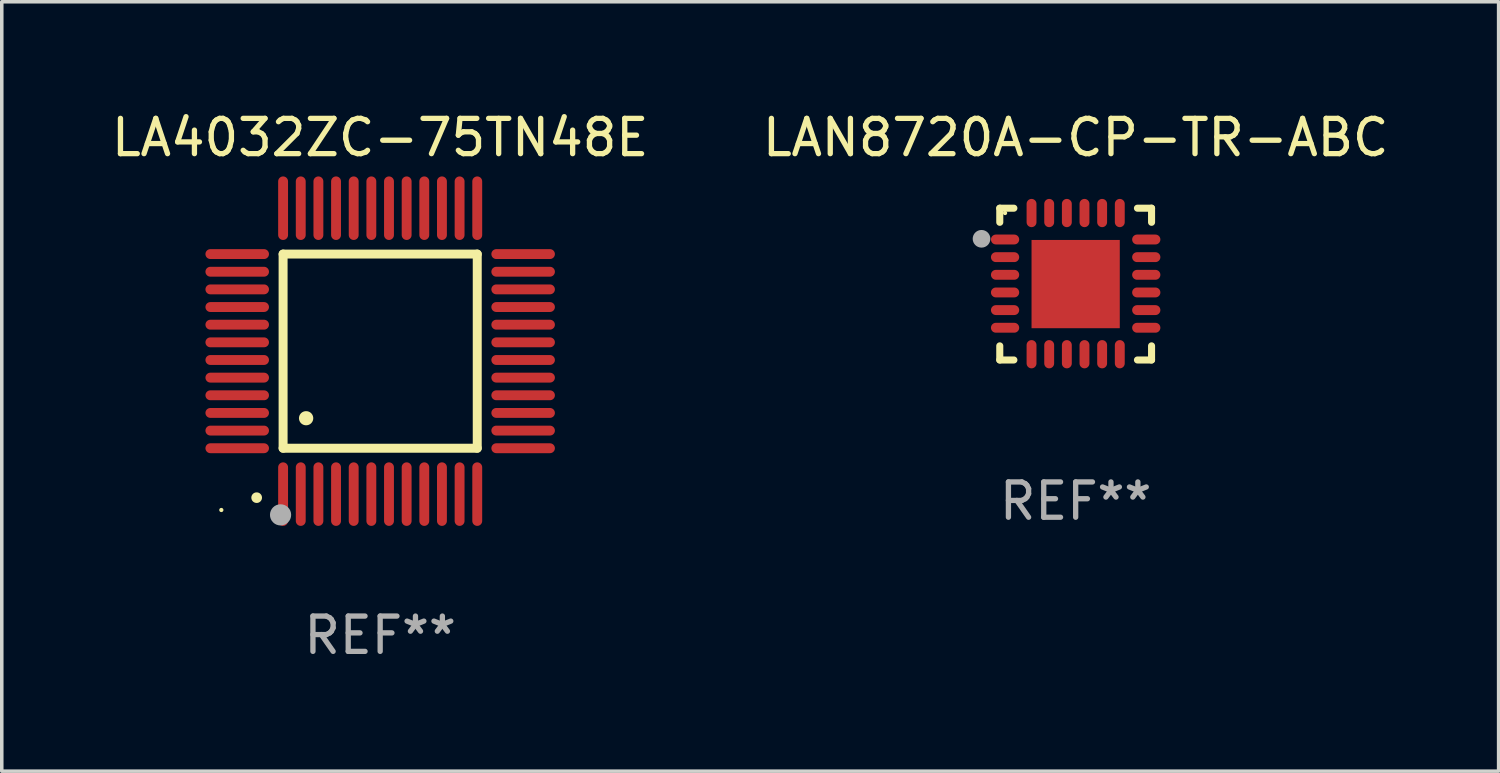
<source format=kicad_pcb>
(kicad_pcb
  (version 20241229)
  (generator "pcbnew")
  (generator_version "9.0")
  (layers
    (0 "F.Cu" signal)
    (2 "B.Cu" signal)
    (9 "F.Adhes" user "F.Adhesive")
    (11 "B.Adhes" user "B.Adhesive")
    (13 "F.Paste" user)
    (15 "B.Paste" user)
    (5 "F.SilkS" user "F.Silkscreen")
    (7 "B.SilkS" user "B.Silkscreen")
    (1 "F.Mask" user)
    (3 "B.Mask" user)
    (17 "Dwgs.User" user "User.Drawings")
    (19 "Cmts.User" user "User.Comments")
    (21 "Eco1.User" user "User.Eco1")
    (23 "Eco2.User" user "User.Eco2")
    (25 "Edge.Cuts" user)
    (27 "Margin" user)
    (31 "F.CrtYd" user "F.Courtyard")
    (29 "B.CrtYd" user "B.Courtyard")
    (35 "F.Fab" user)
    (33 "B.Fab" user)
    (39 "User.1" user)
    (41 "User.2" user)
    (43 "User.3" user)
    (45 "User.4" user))
  (footprint "LAN8720A-CP-TR-ABC"
    (layer "F.Cu")
    (at 27.423 4.998)
    (property "Reference" "LAN8720A-CP-TR-ABC" (at 0 -4.15 0) (layer "F.SilkS") (effects (font (size 1 1) (thickness 0.15))))
    (attr through_hole)
    (fp_line (start -2.15 -2.15) (end -1.75 -2.15) (stroke (width 0.2) (type solid)) (layer "F.SilkS"))
    (fp_line (start -2.15 -1.75) (end -2.15 -2.15) (stroke (width 0.2) (type solid)) (layer "F.SilkS"))
    (fp_line (start -2.15 2.15) (end -2.15 1.75) (stroke (width 0.2) (type solid)) (layer "F.SilkS"))
    (fp_line (start -1.75 2.15) (end -2.15 2.15) (stroke (width 0.2) (type solid)) (layer "F.SilkS"))
    (fp_line (start 1.75 -2.15) (end 2.15 -2.15) (stroke (width 0.2) (type solid)) (layer "F.SilkS"))
    (fp_line (start 1.75 2.15) (end 2.15 2.15) (stroke (width 0.2) (type solid)) (layer "F.SilkS"))
    (fp_line (start 2.15 -2.15) (end 2.15 -1.75) (stroke (width 0.2) (type solid)) (layer "F.SilkS"))
    (fp_line (start 2.15 2.15) (end 2.15 1.75) (stroke (width 0.2) (type solid)) (layer "F.SilkS"))
    (fp_circle (center -2 -2.013) (end -1.97 -2.013) (stroke (width 0.06) (type solid)) (fill no) (layer "F.SilkS"))
    (fp_circle (center -2.667 -1.283) (end -2.542 -1.283) (stroke (width 0.25) (type solid)) (fill no) (layer "F.Fab"))
    (fp_text user "REF**" (at 0 6.15 0) (layer "F.Fab") (effects (font (size 1 1) (thickness 0.15))))
    (pad "1" smd oval (at -2 -1.263) (size 0.8 0.28) (layers "F.Cu" "F.Mask" "F.Paste"))
    (pad "2" smd oval (at -2 -0.763) (size 0.8 0.28) (layers "F.Cu" "F.Mask" "F.Paste"))
    (pad "3" smd oval (at -2 -0.263) (size 0.8 0.28) (layers "F.Cu" "F.Mask" "F.Paste"))
    (pad "4" smd oval (at -2 0.237) (size 0.8 0.28) (layers "F.Cu" "F.Mask" "F.Paste"))
    (pad "5" smd oval (at -2 0.737) (size 0.8 0.28) (layers "F.Cu" "F.Mask" "F.Paste"))
    (pad "6" smd oval (at -2 1.237) (size 0.8 0.28) (layers "F.Cu" "F.Mask" "F.Paste"))
    (pad "7" smd oval (at -1.25 1.987) (size 0.28 0.8) (layers "F.Cu" "F.Mask" "F.Paste"))
    (pad "8" smd oval (at -0.75 1.987) (size 0.28 0.8) (layers "F.Cu" "F.Mask" "F.Paste"))
    (pad "9" smd oval (at -0.25 1.987) (size 0.28 0.8) (layers "F.Cu" "F.Mask" "F.Paste"))
    (pad "10" smd oval (at 0.25 1.987) (size 0.28 0.8) (layers "F.Cu" "F.Mask" "F.Paste"))
    (pad "11" smd oval (at 0.75 1.987) (size 0.28 0.8) (layers "F.Cu" "F.Mask" "F.Paste"))
    (pad "12" smd oval (at 1.25 1.987) (size 0.28 0.8) (layers "F.Cu" "F.Mask" "F.Paste"))
    (pad "13" smd oval (at 2 1.237) (size 0.8 0.28) (layers "F.Cu" "F.Mask" "F.Paste"))
    (pad "14" smd oval (at 2 0.737) (size 0.8 0.28) (layers "F.Cu" "F.Mask" "F.Paste"))
    (pad "15" smd oval (at 2 0.237) (size 0.8 0.28) (layers "F.Cu" "F.Mask" "F.Paste"))
    (pad "16" smd oval (at 2 -0.263) (size 0.8 0.28) (layers "F.Cu" "F.Mask" "F.Paste"))
    (pad "17" smd oval (at 2 -0.763) (size 0.8 0.28) (layers "F.Cu" "F.Mask" "F.Paste"))
    (pad "18" smd oval (at 2 -1.263) (size 0.8 0.28) (layers "F.Cu" "F.Mask" "F.Paste"))
    (pad "19" smd oval (at 1.25 -2.013) (size 0.28 0.8) (layers "F.Cu" "F.Mask" "F.Paste"))
    (pad "20" smd oval (at 0.75 -2.013) (size 0.28 0.8) (layers "F.Cu" "F.Mask" "F.Paste"))
    (pad "21" smd oval (at 0.25 -2.013) (size 0.28 0.8) (layers "F.Cu" "F.Mask" "F.Paste"))
    (pad "22" smd oval (at -0.25 -2.013) (size 0.28 0.8) (layers "F.Cu" "F.Mask" "F.Paste"))
    (pad "23" smd oval (at -0.75 -2.013) (size 0.28 0.8) (layers "F.Cu" "F.Mask" "F.Paste"))
    (pad "24" smd oval (at -1.25 -2.013) (size 0.28 0.8) (layers "F.Cu" "F.Mask" "F.Paste"))
    (pad "25" smd rect (at -0.000127 -0.00014) (size 2.5 2.5) (layers "F.Cu" "F.Mask" "F.Paste")))
  (footprint "LA4032ZC-75TN48E"
    (layer "F.Cu")
    (at 7.72 6.898)
    (property "Reference" "LA4032ZC-75TN48E" (at 0 -6.05 0) (layer "F.SilkS") (effects (font (size 1 1) (thickness 0.15))))
    (attr through_hole)
    (fp_line (start -2.75 -2.75) (end 2.75 -2.75) (stroke (width 0.254) (type solid)) (layer "F.SilkS"))
    (fp_line (start -2.75 2.75) (end -2.75 -2.75) (stroke (width 0.254) (type solid)) (layer "F.SilkS"))
    (fp_line (start 2.75 -2.75) (end 2.75 2.75) (stroke (width 0.254) (type solid)) (layer "F.SilkS"))
    (fp_line (start 2.75 2.75) (end -2.75 2.75) (stroke (width 0.254) (type solid)) (layer "F.SilkS"))
    (fp_arc (start -3.500127 4.150368) (mid -3.498857 4.150363) (end -3.497587 4.150368) (stroke (width 0.3) (type solid)) (layer "F.SilkS"))
    (fp_arc (start -2.100584 1.899924) (mid -2.098044 1.899908) (end -2.095504 1.899924) (stroke (width 0.4) (type solid)) (layer "F.SilkS"))
    (fp_circle (center -4.5 4.5) (end -4.47 4.5) (stroke (width 0.06) (type solid)) (fill no) (layer "F.SilkS"))
    (fp_circle (center -2.822 4.638) (end -2.672 4.638) (stroke (width 0.3) (type solid)) (fill no) (layer "F.Fab"))
    (fp_text user "REF**" (at 0 8.05 0) (layer "F.Fab") (effects (font (size 1 1) (thickness 0.15))))
    (pad "1" smd oval (at -2.75 4.05) (size 0.28 1.8) (layers "F.Cu" "F.Mask" "F.Paste"))
    (pad "2" smd oval (at -2.25 4.05) (size 0.28 1.8) (layers "F.Cu" "F.Mask" "F.Paste"))
    (pad "3" smd oval (at -1.75 4.05) (size 0.28 1.8) (layers "F.Cu" "F.Mask" "F.Paste"))
    (pad "4" smd oval (at -1.25 4.05) (size 0.28 1.8) (layers "F.Cu" "F.Mask" "F.Paste"))
    (pad "5" smd oval (at -0.75 4.05) (size 0.28 1.8) (layers "F.Cu" "F.Mask" "F.Paste"))
    (pad "6" smd oval (at -0.25 4.05) (size 0.28 1.8) (layers "F.Cu" "F.Mask" "F.Paste"))
    (pad "7" smd oval (at 0.25 4.05) (size 0.28 1.8) (layers "F.Cu" "F.Mask" "F.Paste"))
    (pad "8" smd oval (at 0.75 4.05) (size 0.28 1.8) (layers "F.Cu" "F.Mask" "F.Paste"))
    (pad "9" smd oval (at 1.25 4.05) (size 0.28 1.8) (layers "F.Cu" "F.Mask" "F.Paste"))
    (pad "10" smd oval (at 1.75 4.05) (size 0.28 1.8) (layers "F.Cu" "F.Mask" "F.Paste"))
    (pad "11" smd oval (at 2.25 4.05) (size 0.28 1.8) (layers "F.Cu" "F.Mask" "F.Paste"))
    (pad "12" smd oval (at 2.75 4.05) (size 0.28 1.8) (layers "F.Cu" "F.Mask" "F.Paste"))
    (pad "13" smd oval (at 4.05 2.75) (size 1.8 0.28) (layers "F.Cu" "F.Mask" "F.Paste"))
    (pad "14" smd oval (at 4.05 2.25) (size 1.8 0.28) (layers "F.Cu" "F.Mask" "F.Paste"))
    (pad "15" smd oval (at 4.05 1.75) (size 1.8 0.28) (layers "F.Cu" "F.Mask" "F.Paste"))
    (pad "16" smd oval (at 4.05 1.25) (size 1.8 0.28) (layers "F.Cu" "F.Mask" "F.Paste"))
    (pad "17" smd oval (at 4.05 0.75) (size 1.8 0.28) (layers "F.Cu" "F.Mask" "F.Paste"))
    (pad "18" smd oval (at 4.05 0.25) (size 1.8 0.28) (layers "F.Cu" "F.Mask" "F.Paste"))
    (pad "19" smd oval (at 4.05 -0.25) (size 1.8 0.28) (layers "F.Cu" "F.Mask" "F.Paste"))
    (pad "20" smd oval (at 4.05 -0.75) (size 1.8 0.28) (layers "F.Cu" "F.Mask" "F.Paste"))
    (pad "21" smd oval (at 4.05 -1.25) (size 1.8 0.28) (layers "F.Cu" "F.Mask" "F.Paste"))
    (pad "22" smd oval (at 4.05 -1.75) (size 1.8 0.28) (layers "F.Cu" "F.Mask" "F.Paste"))
    (pad "23" smd oval (at 4.05 -2.25) (size 1.8 0.28) (layers "F.Cu" "F.Mask" "F.Paste"))
    (pad "24" smd oval (at 4.05 -2.75) (size 1.8 0.28) (layers "F.Cu" "F.Mask" "F.Paste"))
    (pad "25" smd oval (at 2.75 -4.05) (size 0.28 1.8) (layers "F.Cu" "F.Mask" "F.Paste"))
    (pad "26" smd oval (at 2.25 -4.05) (size 0.28 1.8) (layers "F.Cu" "F.Mask" "F.Paste"))
    (pad "27" smd oval (at 1.75 -4.05) (size 0.28 1.8) (layers "F.Cu" "F.Mask" "F.Paste"))
    (pad "28" smd oval (at 1.25 -4.05) (size 0.28 1.8) (layers "F.Cu" "F.Mask" "F.Paste"))
    (pad "29" smd oval (at 0.75 -4.05) (size 0.28 1.8) (layers "F.Cu" "F.Mask" "F.Paste"))
    (pad "30" smd oval (at 0.25 -4.05) (size 0.28 1.8) (layers "F.Cu" "F.Mask" "F.Paste"))
    (pad "31" smd oval (at -0.25 -4.05) (size 0.28 1.8) (layers "F.Cu" "F.Mask" "F.Paste"))
    (pad "32" smd oval (at -0.75 -4.05) (size 0.28 1.8) (layers "F.Cu" "F.Mask" "F.Paste"))
    (pad "33" smd oval (at -1.25 -4.05) (size 0.28 1.8) (layers "F.Cu" "F.Mask" "F.Paste"))
    (pad "34" smd oval (at -1.75 -4.05) (size 0.28 1.8) (layers "F.Cu" "F.Mask" "F.Paste"))
    (pad "35" smd oval (at -2.25 -4.05) (size 0.28 1.8) (layers "F.Cu" "F.Mask" "F.Paste"))
    (pad "36" smd oval (at -2.75 -4.05) (size 0.28 1.8) (layers "F.Cu" "F.Mask" "F.Paste"))
    (pad "37" smd oval (at -4.05 -2.75) (size 1.8 0.28) (layers "F.Cu" "F.Mask" "F.Paste"))
    (pad "38" smd oval (at -4.05 -2.25) (size 1.8 0.28) (layers "F.Cu" "F.Mask" "F.Paste"))
    (pad "39" smd oval (at -4.05 -1.75) (size 1.8 0.28) (layers "F.Cu" "F.Mask" "F.Paste"))
    (pad "40" smd oval (at -4.05 -1.25) (size 1.8 0.28) (layers "F.Cu" "F.Mask" "F.Paste"))
    (pad "41" smd oval (at -4.05 -0.75) (size 1.8 0.28) (layers "F.Cu" "F.Mask" "F.Paste"))
    (pad "42" smd oval (at -4.05 -0.25) (size 1.8 0.28) (layers "F.Cu" "F.Mask" "F.Paste"))
    (pad "43" smd oval (at -4.05 0.25) (size 1.8 0.28) (layers "F.Cu" "F.Mask" "F.Paste"))
    (pad "44" smd oval (at -4.05 0.75) (size 1.8 0.28) (layers "F.Cu" "F.Mask" "F.Paste"))
    (pad "45" smd oval (at -4.05 1.25) (size 1.8 0.28) (layers "F.Cu" "F.Mask" "F.Paste"))
    (pad "46" smd oval (at -4.05 1.75) (size 1.8 0.28) (layers "F.Cu" "F.Mask" "F.Paste"))
    (pad "47" smd oval (at -4.05 2.25) (size 1.8 0.28) (layers "F.Cu" "F.Mask" "F.Paste"))
    (pad "48" smd oval (at -4.05 2.75) (size 1.8 0.28) (layers "F.Cu" "F.Mask" "F.Paste")))
  (gr_rect
    (start -3 -3)
    (end 39.405 18.797)
    (stroke (width 0.1) (type default))
    (fill no)
    (layer "Edge.Cuts")))
</source>
